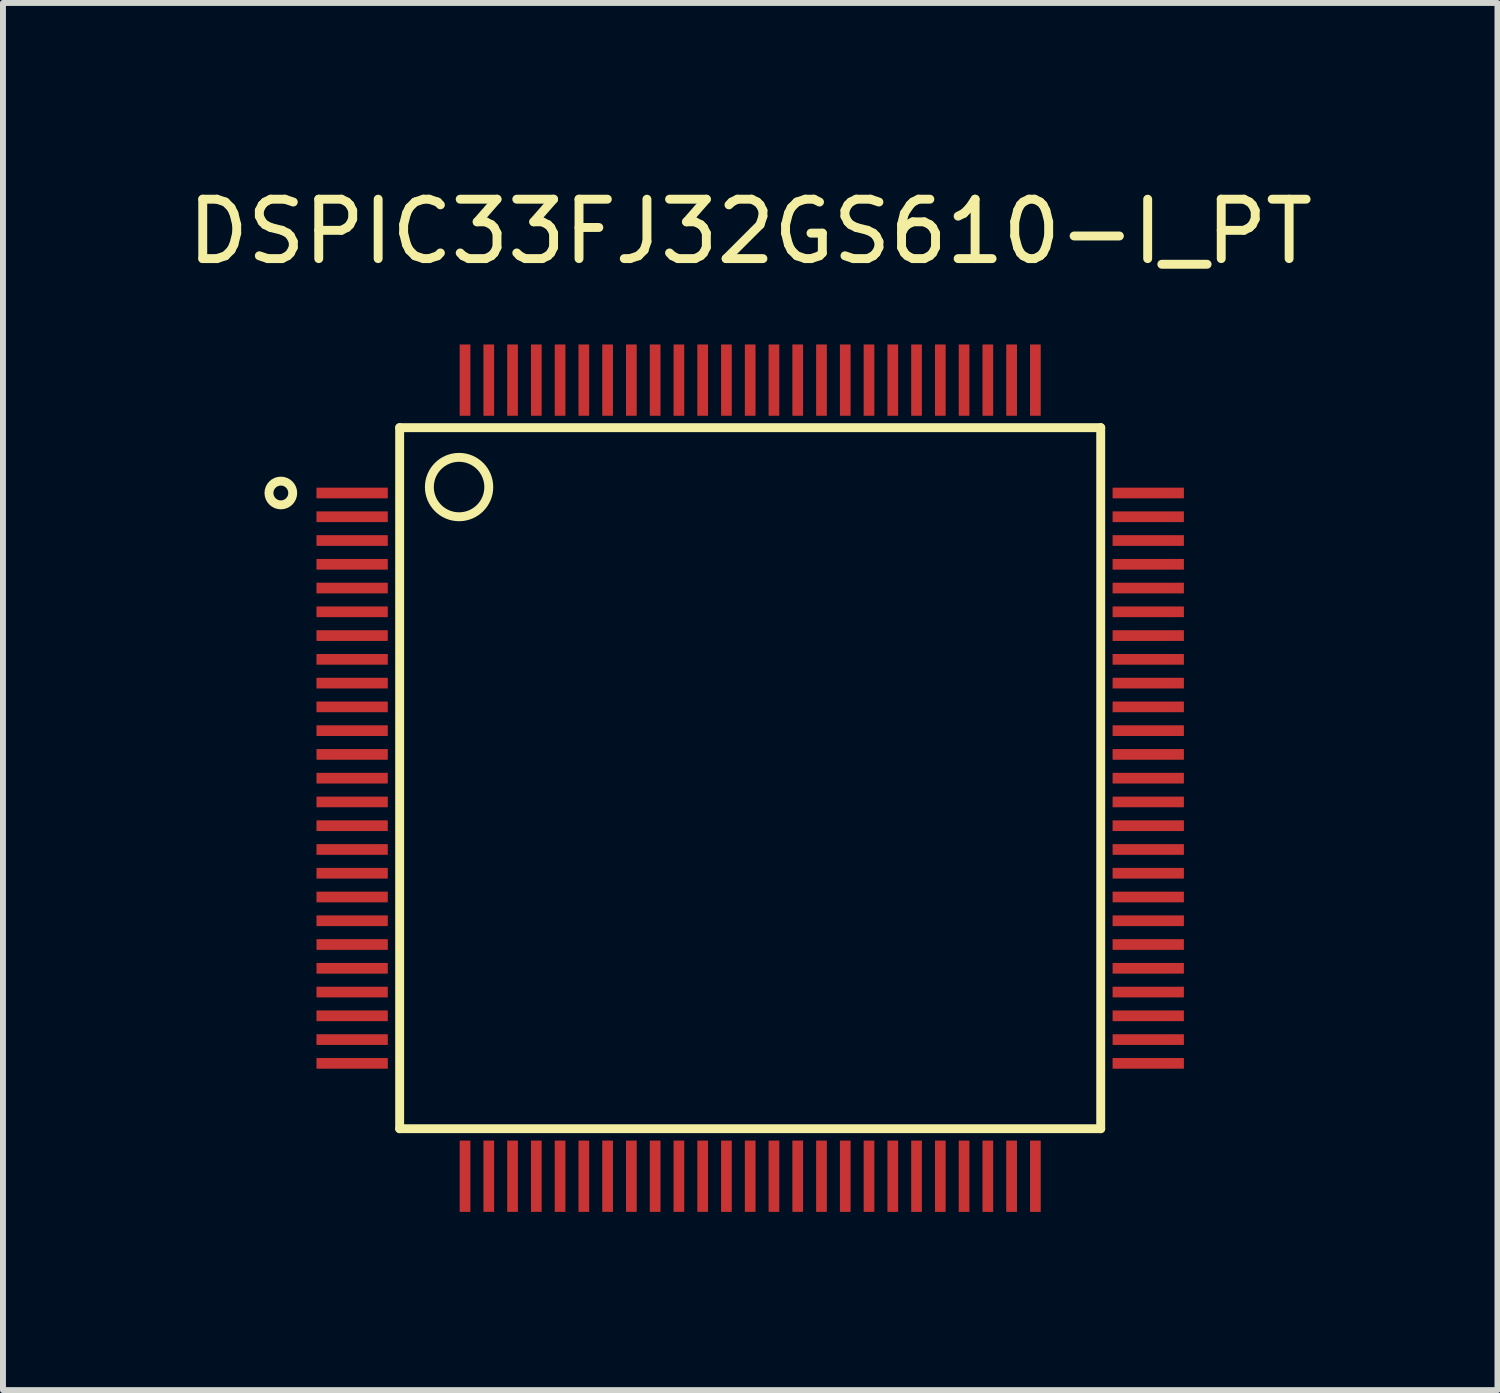
<source format=kicad_pcb>
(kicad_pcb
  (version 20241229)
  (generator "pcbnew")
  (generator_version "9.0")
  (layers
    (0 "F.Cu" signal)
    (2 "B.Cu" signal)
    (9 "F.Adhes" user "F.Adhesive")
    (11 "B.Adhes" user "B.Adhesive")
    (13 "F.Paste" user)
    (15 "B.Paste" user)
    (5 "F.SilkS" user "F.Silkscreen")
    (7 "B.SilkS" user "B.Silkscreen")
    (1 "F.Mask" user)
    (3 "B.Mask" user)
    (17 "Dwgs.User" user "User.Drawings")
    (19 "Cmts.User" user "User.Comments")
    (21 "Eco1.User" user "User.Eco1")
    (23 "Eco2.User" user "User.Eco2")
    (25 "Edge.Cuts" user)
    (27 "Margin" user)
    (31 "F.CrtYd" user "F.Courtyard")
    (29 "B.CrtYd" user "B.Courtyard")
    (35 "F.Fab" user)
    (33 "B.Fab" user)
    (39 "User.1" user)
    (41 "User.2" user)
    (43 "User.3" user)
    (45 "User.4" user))
  (footprint "DSPIC33FJ32GS610-I_PT"
    (layer "F.Cu")
    (at 2.877 3.348)
    (property "Reference" "DSPIC33FJ32GS610-I_PT" (at 6.7 -2.5 0) (layer "F.SilkS") (effects (font (size 1 1) (thickness 0.15))))
    (attr through_hole)
    (fp_line (start 0.8 0.8) (end 0.8 12.6) (stroke (width 0.15) (type solid)) (layer "F.SilkS"))
    (fp_line (start 0.8 0.8) (end 12.6 0.8) (stroke (width 0.15) (type solid)) (layer "F.SilkS"))
    (fp_line (start 0.8 12.6) (end 12.6 12.6) (stroke (width 0.15) (type solid)) (layer "F.SilkS"))
    (fp_line (start 12.6 12.6) (end 12.6 0.8) (stroke (width 0.15) (type solid)) (layer "F.SilkS"))
    (fp_circle (center -1.2 1.9) (end -1.2 1.7) (stroke (width 0.15) (type solid)) (fill no) (layer "F.SilkS"))
    (fp_circle (center 1.8 1.8) (end 1.8 1.3) (stroke (width 0.15) (type solid)) (fill no) (layer "F.SilkS"))
    (pad "1" smd rect (at 0 1.9) (size 1.2 0.18) (layers "F.Cu" "F.Mask" "F.Paste"))
    (pad "2" smd rect (at 0 2.3) (size 1.2 0.18) (layers "F.Cu" "F.Mask" "F.Paste"))
    (pad "3" smd rect (at 0 2.7) (size 1.2 0.18) (layers "F.Cu" "F.Mask" "F.Paste"))
    (pad "4" smd rect (at 0 3.1) (size 1.2 0.18) (layers "F.Cu" "F.Mask" "F.Paste"))
    (pad "5" smd rect (at 0 3.5) (size 1.2 0.18) (layers "F.Cu" "F.Mask" "F.Paste"))
    (pad "6" smd rect (at 0 3.9) (size 1.2 0.18) (layers "F.Cu" "F.Mask" "F.Paste"))
    (pad "7" smd rect (at 0 4.3) (size 1.2 0.18) (layers "F.Cu" "F.Mask" "F.Paste"))
    (pad "8" smd rect (at 0 4.7) (size 1.2 0.18) (layers "F.Cu" "F.Mask" "F.Paste"))
    (pad "9" smd rect (at 0 5.1) (size 1.2 0.18) (layers "F.Cu" "F.Mask" "F.Paste"))
    (pad "10" smd rect (at 0 5.5) (size 1.2 0.18) (layers "F.Cu" "F.Mask" "F.Paste"))
    (pad "11" smd rect (at 0 5.9) (size 1.2 0.18) (layers "F.Cu" "F.Mask" "F.Paste"))
    (pad "12" smd rect (at 0 6.3) (size 1.2 0.18) (layers "F.Cu" "F.Mask" "F.Paste"))
    (pad "13" smd rect (at 0 6.7) (size 1.2 0.18) (layers "F.Cu" "F.Mask" "F.Paste"))
    (pad "14" smd rect (at 0 7.1) (size 1.2 0.18) (layers "F.Cu" "F.Mask" "F.Paste"))
    (pad "15" smd rect (at 0 7.5) (size 1.2 0.18) (layers "F.Cu" "F.Mask" "F.Paste"))
    (pad "16" smd rect (at 0 7.9) (size 1.2 0.18) (layers "F.Cu" "F.Mask" "F.Paste"))
    (pad "17" smd rect (at 0 8.3) (size 1.2 0.18) (layers "F.Cu" "F.Mask" "F.Paste"))
    (pad "18" smd rect (at 0 8.7) (size 1.2 0.18) (layers "F.Cu" "F.Mask" "F.Paste"))
    (pad "19" smd rect (at 0 9.1) (size 1.2 0.18) (layers "F.Cu" "F.Mask" "F.Paste"))
    (pad "20" smd rect (at 0 9.5) (size 1.2 0.18) (layers "F.Cu" "F.Mask" "F.Paste"))
    (pad "21" smd rect (at 0 9.9) (size 1.2 0.18) (layers "F.Cu" "F.Mask" "F.Paste"))
    (pad "22" smd rect (at 0 10.3) (size 1.2 0.18) (layers "F.Cu" "F.Mask" "F.Paste"))
    (pad "23" smd rect (at 0 10.7) (size 1.2 0.18) (layers "F.Cu" "F.Mask" "F.Paste"))
    (pad "24" smd rect (at 0 11.1) (size 1.2 0.18) (layers "F.Cu" "F.Mask" "F.Paste"))
    (pad "25" smd rect (at 0 11.5) (size 1.2 0.18) (layers "F.Cu" "F.Mask" "F.Paste"))
    (pad "26" smd rect (at 1.9 13.4) (size 0.18 1.2) (layers "F.Cu" "F.Mask" "F.Paste"))
    (pad "27" smd rect (at 2.3 13.4) (size 0.18 1.2) (layers "F.Cu" "F.Mask" "F.Paste"))
    (pad "28" smd rect (at 2.7 13.4) (size 0.18 1.2) (layers "F.Cu" "F.Mask" "F.Paste"))
    (pad "29" smd rect (at 3.1 13.4) (size 0.18 1.2) (layers "F.Cu" "F.Mask" "F.Paste"))
    (pad "30" smd rect (at 3.5 13.4) (size 0.18 1.2) (layers "F.Cu" "F.Mask" "F.Paste"))
    (pad "31" smd rect (at 3.9 13.4) (size 0.18 1.2) (layers "F.Cu" "F.Mask" "F.Paste"))
    (pad "32" smd rect (at 4.3 13.4) (size 0.18 1.2) (layers "F.Cu" "F.Mask" "F.Paste"))
    (pad "33" smd rect (at 4.7 13.4) (size 0.18 1.2) (layers "F.Cu" "F.Mask" "F.Paste"))
    (pad "34" smd rect (at 5.1 13.4) (size 0.18 1.2) (layers "F.Cu" "F.Mask" "F.Paste"))
    (pad "35" smd rect (at 5.5 13.4) (size 0.18 1.2) (layers "F.Cu" "F.Mask" "F.Paste"))
    (pad "36" smd rect (at 5.9 13.4) (size 0.18 1.2) (layers "F.Cu" "F.Mask" "F.Paste"))
    (pad "37" smd rect (at 6.3 13.4) (size 0.18 1.2) (layers "F.Cu" "F.Mask" "F.Paste"))
    (pad "38" smd rect (at 6.7 13.4) (size 0.18 1.2) (layers "F.Cu" "F.Mask" "F.Paste"))
    (pad "39" smd rect (at 7.1 13.4) (size 0.18 1.2) (layers "F.Cu" "F.Mask" "F.Paste"))
    (pad "40" smd rect (at 7.5 13.4) (size 0.18 1.2) (layers "F.Cu" "F.Mask" "F.Paste"))
    (pad "41" smd rect (at 7.9 13.4) (size 0.18 1.2) (layers "F.Cu" "F.Mask" "F.Paste"))
    (pad "42" smd rect (at 8.3 13.4) (size 0.18 1.2) (layers "F.Cu" "F.Mask" "F.Paste"))
    (pad "43" smd rect (at 8.7 13.4) (size 0.18 1.2) (layers "F.Cu" "F.Mask" "F.Paste"))
    (pad "44" smd rect (at 9.1 13.4) (size 0.18 1.2) (layers "F.Cu" "F.Mask" "F.Paste"))
    (pad "45" smd rect (at 9.5 13.4) (size 0.18 1.2) (layers "F.Cu" "F.Mask" "F.Paste"))
    (pad "46" smd rect (at 9.9 13.4) (size 0.18 1.2) (layers "F.Cu" "F.Mask" "F.Paste"))
    (pad "47" smd rect (at 10.3 13.4) (size 0.18 1.2) (layers "F.Cu" "F.Mask" "F.Paste"))
    (pad "48" smd rect (at 10.7 13.4) (size 0.18 1.2) (layers "F.Cu" "F.Mask" "F.Paste"))
    (pad "49" smd rect (at 11.1 13.4) (size 0.18 1.2) (layers "F.Cu" "F.Mask" "F.Paste"))
    (pad "50" smd rect (at 11.5 13.4) (size 0.18 1.2) (layers "F.Cu" "F.Mask" "F.Paste"))
    (pad "51" smd rect (at 13.4 11.5) (size 1.2 0.18) (layers "F.Cu" "F.Mask" "F.Paste"))
    (pad "52" smd rect (at 13.4 11.1) (size 1.2 0.18) (layers "F.Cu" "F.Mask" "F.Paste"))
    (pad "53" smd rect (at 13.4 10.7) (size 1.2 0.18) (layers "F.Cu" "F.Mask" "F.Paste"))
    (pad "54" smd rect (at 13.4 10.3) (size 1.2 0.18) (layers "F.Cu" "F.Mask" "F.Paste"))
    (pad "55" smd rect (at 13.4 9.9) (size 1.2 0.18) (layers "F.Cu" "F.Mask" "F.Paste"))
    (pad "56" smd rect (at 13.4 9.5) (size 1.2 0.18) (layers "F.Cu" "F.Mask" "F.Paste"))
    (pad "57" smd rect (at 13.4 9.1) (size 1.2 0.18) (layers "F.Cu" "F.Mask" "F.Paste"))
    (pad "58" smd rect (at 13.4 8.7) (size 1.2 0.18) (layers "F.Cu" "F.Mask" "F.Paste"))
    (pad "59" smd rect (at 13.4 8.3) (size 1.2 0.18) (layers "F.Cu" "F.Mask" "F.Paste"))
    (pad "60" smd rect (at 13.4 7.9) (size 1.2 0.18) (layers "F.Cu" "F.Mask" "F.Paste"))
    (pad "61" smd rect (at 13.4 7.5) (size 1.2 0.18) (layers "F.Cu" "F.Mask" "F.Paste"))
    (pad "62" smd rect (at 13.4 7.1) (size 1.2 0.18) (layers "F.Cu" "F.Mask" "F.Paste"))
    (pad "63" smd rect (at 13.4 6.7) (size 1.2 0.18) (layers "F.Cu" "F.Mask" "F.Paste"))
    (pad "64" smd rect (at 13.4 6.3) (size 1.2 0.18) (layers "F.Cu" "F.Mask" "F.Paste"))
    (pad "65" smd rect (at 13.4 5.9) (size 1.2 0.18) (layers "F.Cu" "F.Mask" "F.Paste"))
    (pad "66" smd rect (at 13.4 5.5) (size 1.2 0.18) (layers "F.Cu" "F.Mask" "F.Paste"))
    (pad "67" smd rect (at 13.4 5.1) (size 1.2 0.18) (layers "F.Cu" "F.Mask" "F.Paste"))
    (pad "68" smd rect (at 13.4 4.7) (size 1.2 0.18) (layers "F.Cu" "F.Mask" "F.Paste"))
    (pad "69" smd rect (at 13.4 4.3) (size 1.2 0.18) (layers "F.Cu" "F.Mask" "F.Paste"))
    (pad "70" smd rect (at 13.4 3.9) (size 1.2 0.18) (layers "F.Cu" "F.Mask" "F.Paste"))
    (pad "71" smd rect (at 13.4 3.5) (size 1.2 0.18) (layers "F.Cu" "F.Mask" "F.Paste"))
    (pad "72" smd rect (at 13.4 3.1) (size 1.2 0.18) (layers "F.Cu" "F.Mask" "F.Paste"))
    (pad "73" smd rect (at 13.4 2.7) (size 1.2 0.18) (layers "F.Cu" "F.Mask" "F.Paste"))
    (pad "74" smd rect (at 13.4 2.3) (size 1.2 0.18) (layers "F.Cu" "F.Mask" "F.Paste"))
    (pad "75" smd rect (at 13.4 1.9) (size 1.2 0.18) (layers "F.Cu" "F.Mask" "F.Paste"))
    (pad "76" smd rect (at 11.5 0) (size 0.18 1.2) (layers "F.Cu" "F.Mask" "F.Paste"))
    (pad "77" smd rect (at 11.1 0) (size 0.18 1.2) (layers "F.Cu" "F.Mask" "F.Paste"))
    (pad "78" smd rect (at 10.7 0) (size 0.18 1.2) (layers "F.Cu" "F.Mask" "F.Paste"))
    (pad "79" smd rect (at 10.3 0) (size 0.18 1.2) (layers "F.Cu" "F.Mask" "F.Paste"))
    (pad "80" smd rect (at 9.9 0) (size 0.18 1.2) (layers "F.Cu" "F.Mask" "F.Paste"))
    (pad "81" smd rect (at 9.5 0) (size 0.18 1.2) (layers "F.Cu" "F.Mask" "F.Paste"))
    (pad "82" smd rect (at 9.1 0) (size 0.18 1.2) (layers "F.Cu" "F.Mask" "F.Paste"))
    (pad "83" smd rect (at 8.7 0) (size 0.18 1.2) (layers "F.Cu" "F.Mask" "F.Paste"))
    (pad "84" smd rect (at 8.3 0) (size 0.18 1.2) (layers "F.Cu" "F.Mask" "F.Paste"))
    (pad "85" smd rect (at 7.9 0) (size 0.18 1.2) (layers "F.Cu" "F.Mask" "F.Paste"))
    (pad "86" smd rect (at 7.5 0) (size 0.18 1.2) (layers "F.Cu" "F.Mask" "F.Paste"))
    (pad "87" smd rect (at 7.1 0) (size 0.18 1.2) (layers "F.Cu" "F.Mask" "F.Paste"))
    (pad "88" smd rect (at 6.7 0) (size 0.18 1.2) (layers "F.Cu" "F.Mask" "F.Paste"))
    (pad "89" smd rect (at 6.3 0) (size 0.18 1.2) (layers "F.Cu" "F.Mask" "F.Paste"))
    (pad "90" smd rect (at 5.9 0) (size 0.18 1.2) (layers "F.Cu" "F.Mask" "F.Paste"))
    (pad "91" smd rect (at 5.5 0) (size 0.18 1.2) (layers "F.Cu" "F.Mask" "F.Paste"))
    (pad "92" smd rect (at 5.1 0) (size 0.18 1.2) (layers "F.Cu" "F.Mask" "F.Paste"))
    (pad "93" smd rect (at 4.7 0) (size 0.18 1.2) (layers "F.Cu" "F.Mask" "F.Paste"))
    (pad "94" smd rect (at 4.3 0) (size 0.18 1.2) (layers "F.Cu" "F.Mask" "F.Paste"))
    (pad "95" smd rect (at 3.9 0) (size 0.18 1.2) (layers "F.Cu" "F.Mask" "F.Paste"))
    (pad "96" smd rect (at 3.5 0) (size 0.18 1.2) (layers "F.Cu" "F.Mask" "F.Paste"))
    (pad "97" smd rect (at 3.1 0) (size 0.18 1.2) (layers "F.Cu" "F.Mask" "F.Paste"))
    (pad "98" smd rect (at 2.7 0) (size 0.18 1.2) (layers "F.Cu" "F.Mask" "F.Paste"))
    (pad "99" smd rect (at 2.3 0) (size 0.18 1.2) (layers "F.Cu" "F.Mask" "F.Paste"))
    (pad "100" smd rect (at 1.9 0) (size 0.18 1.2) (layers "F.Cu" "F.Mask" "F.Paste")))
  (gr_rect
    (start -3 -3)
    (end 22.155 20.348)
    (stroke (width 0.1) (type default))
    (fill no)
    (layer "Edge.Cuts")))
</source>
